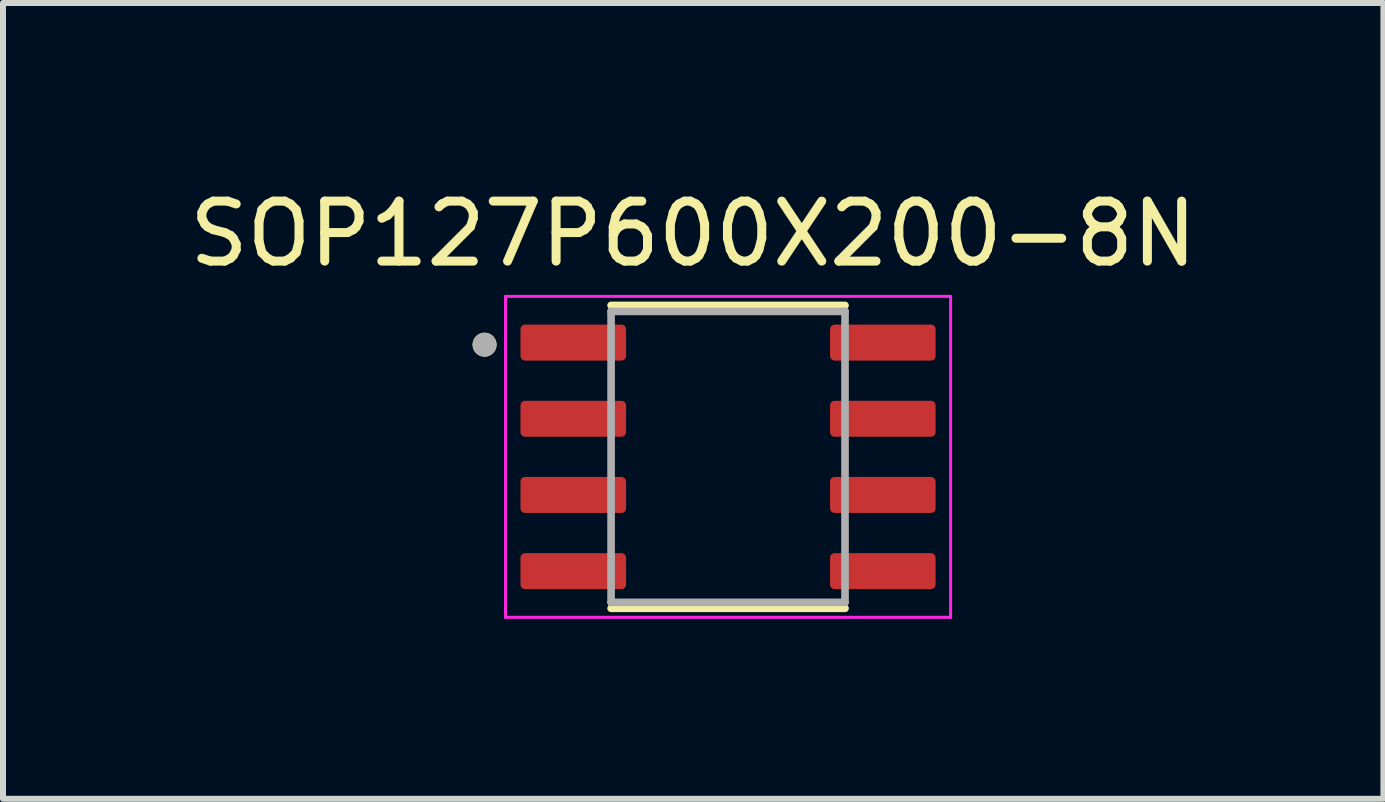
<source format=kicad_pcb>
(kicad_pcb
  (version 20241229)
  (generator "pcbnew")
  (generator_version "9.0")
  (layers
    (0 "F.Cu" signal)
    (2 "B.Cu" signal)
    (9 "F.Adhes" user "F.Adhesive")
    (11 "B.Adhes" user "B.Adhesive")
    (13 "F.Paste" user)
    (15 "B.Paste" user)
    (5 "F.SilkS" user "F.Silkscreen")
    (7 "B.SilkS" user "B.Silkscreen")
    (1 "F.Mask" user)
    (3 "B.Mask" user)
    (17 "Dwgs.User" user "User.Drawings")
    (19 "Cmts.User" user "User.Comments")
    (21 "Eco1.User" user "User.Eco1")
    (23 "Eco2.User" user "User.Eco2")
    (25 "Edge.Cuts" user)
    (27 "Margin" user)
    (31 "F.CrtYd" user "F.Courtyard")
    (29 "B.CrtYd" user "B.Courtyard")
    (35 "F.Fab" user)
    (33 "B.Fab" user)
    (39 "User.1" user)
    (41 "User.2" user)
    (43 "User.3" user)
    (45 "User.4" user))
  (footprint "SOP127P600X200-8N"
    (layer "F.Cu")
    (at 9.087 4.566)
    (property "Reference" "SOP127P600X200-8N" (at -0.581 -3.718 0) (layer "F.SilkS") (effects (font (size 1 1) (thickness 0.15))))
    (attr smd)
    (fp_line (start -1.95 -2.525) (end 1.95 -2.525) (stroke (width 0.127) (type solid)) (layer "F.SilkS"))
    (fp_line (start -1.95 2.525) (end 1.95 2.525) (stroke (width 0.127) (type solid)) (layer "F.SilkS"))
    (fp_circle (center -4.059 -1.87) (end -3.959 -1.87) (stroke (width 0.2) (type solid)) (fill no) (layer "F.SilkS"))
    (fp_line (start -3.71 -2.675) (end -3.71 2.675) (stroke (width 0.05) (type solid)) (layer "F.CrtYd"))
    (fp_line (start -3.71 -2.675) (end 3.71 -2.675) (stroke (width 0.05) (type solid)) (layer "F.CrtYd"))
    (fp_line (start -3.71 2.675) (end 3.71 2.675) (stroke (width 0.05) (type solid)) (layer "F.CrtYd"))
    (fp_line (start 3.71 -2.675) (end 3.71 2.675) (stroke (width 0.05) (type solid)) (layer "F.CrtYd"))
    (fp_line (start -1.95 -2.425) (end -1.95 2.425) (stroke (width 0.127) (type solid)) (layer "F.Fab"))
    (fp_line (start -1.95 -2.425) (end 1.95 -2.425) (stroke (width 0.127) (type solid)) (layer "F.Fab"))
    (fp_line (start -1.95 2.425) (end 1.95 2.425) (stroke (width 0.127) (type solid)) (layer "F.Fab"))
    (fp_line (start 1.95 -2.425) (end 1.95 2.425) (stroke (width 0.127) (type solid)) (layer "F.Fab"))
    (fp_circle (center -4.059 -1.87) (end -3.959 -1.87) (stroke (width 0.2) (type solid)) (fill no) (layer "F.Fab"))
    (pad "1" smd roundrect (at -2.58 -1.905) (size 1.76 0.6) (layers "F.Cu" "F.Mask" "F.Paste") (roundrect_rratio 0.125))
    (pad "2" smd roundrect (at -2.58 -0.635) (size 1.76 0.6) (layers "F.Cu" "F.Mask" "F.Paste") (roundrect_rratio 0.125))
    (pad "3" smd roundrect (at -2.58 0.635) (size 1.76 0.6) (layers "F.Cu" "F.Mask" "F.Paste") (roundrect_rratio 0.125))
    (pad "4" smd roundrect (at -2.58 1.905) (size 1.76 0.6) (layers "F.Cu" "F.Mask" "F.Paste") (roundrect_rratio 0.125))
    (pad "5" smd roundrect (at 2.58 1.905) (size 1.76 0.6) (layers "F.Cu" "F.Mask" "F.Paste") (roundrect_rratio 0.125))
    (pad "6" smd roundrect (at 2.58 0.635) (size 1.76 0.6) (layers "F.Cu" "F.Mask" "F.Paste") (roundrect_rratio 0.125))
    (pad "7" smd roundrect (at 2.58 -0.635) (size 1.76 0.6) (layers "F.Cu" "F.Mask" "F.Paste") (roundrect_rratio 0.125))
    (pad "8" smd roundrect (at 2.58 -1.905) (size 1.76 0.6) (layers "F.Cu" "F.Mask" "F.Paste") (roundrect_rratio 0.125)))
  (gr_rect
    (start -3 -3)
    (end 20.012 10.266)
    (stroke (width 0.1) (type default))
    (fill no)
    (layer "Edge.Cuts")))
</source>
